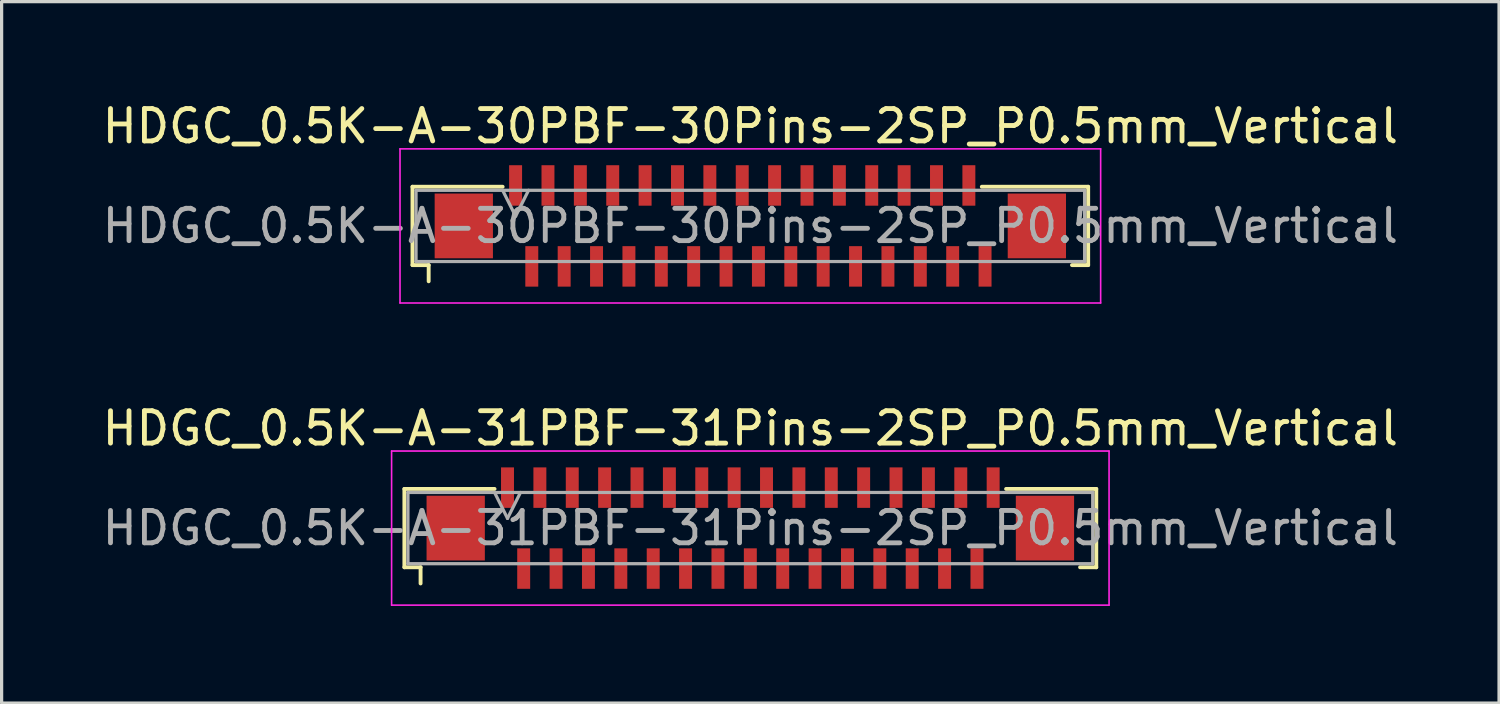
<source format=kicad_pcb>
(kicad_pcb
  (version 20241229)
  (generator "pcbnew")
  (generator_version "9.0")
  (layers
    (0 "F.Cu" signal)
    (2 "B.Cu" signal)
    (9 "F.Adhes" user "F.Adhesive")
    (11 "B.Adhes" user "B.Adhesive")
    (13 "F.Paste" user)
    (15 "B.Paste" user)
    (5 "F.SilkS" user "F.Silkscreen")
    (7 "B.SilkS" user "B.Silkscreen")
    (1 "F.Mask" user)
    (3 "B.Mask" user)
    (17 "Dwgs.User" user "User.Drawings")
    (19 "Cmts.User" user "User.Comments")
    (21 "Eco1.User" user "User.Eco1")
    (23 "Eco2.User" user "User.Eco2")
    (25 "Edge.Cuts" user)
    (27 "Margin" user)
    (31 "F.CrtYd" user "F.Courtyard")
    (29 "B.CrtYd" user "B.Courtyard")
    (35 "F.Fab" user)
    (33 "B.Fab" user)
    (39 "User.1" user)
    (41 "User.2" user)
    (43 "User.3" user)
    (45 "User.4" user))
  (footprint "HDGC_0.5K-A-30PBF-30Pins-2SP_P0.5mm_Vertical"
    (layer "F.Cu")
    (at 20.125 3.928)
    (property "Reference" "HDGC_0.5K-A-30PBF-30Pins-2SP_P0.5mm_Vertical" (at 0 -3.08 0) (layer "F.SilkS") (effects (font (size 1 1) (thickness 0.15))))
    (attr smd)
    (fp_line (start -10.435 -1.21) (end -7.65 -1.21) (stroke (width 0.12) (type solid)) (layer "F.SilkS"))
    (fp_line (start -10.435 1.21) (end -10.435 -1.21) (stroke (width 0.12) (type solid)) (layer "F.SilkS"))
    (fp_line (start -9.935 1.21) (end -10.435 1.21) (stroke (width 0.12) (type solid)) (layer "F.SilkS"))
    (fp_line (start -9.935 1.71) (end -9.935 1.21) (stroke (width 0.12) (type solid)) (layer "F.SilkS"))
    (fp_line (start 9.935 1.21) (end 10.435 1.21) (stroke (width 0.12) (type solid)) (layer "F.SilkS"))
    (fp_line (start 10.435 -1.21) (end 7.15 -1.21) (stroke (width 0.12) (type solid)) (layer "F.SilkS"))
    (fp_line (start 10.435 1.21) (end 10.435 -1.21) (stroke (width 0.12) (type solid)) (layer "F.SilkS"))
    (fp_line (start -10.82 -2.38) (end 10.82 -2.38) (stroke (width 0.05) (type solid)) (layer "F.CrtYd"))
    (fp_line (start -10.82 2.38) (end -10.82 -2.38) (stroke (width 0.05) (type solid)) (layer "F.CrtYd"))
    (fp_line (start 10.82 -2.38) (end 10.82 2.38) (stroke (width 0.05) (type solid)) (layer "F.CrtYd"))
    (fp_line (start 10.82 2.38) (end -10.82 2.38) (stroke (width 0.05) (type solid)) (layer "F.CrtYd"))
    (fp_line (start -10.325 -1.1) (end -10.325 1.1) (stroke (width 0.1) (type solid)) (layer "F.Fab"))
    (fp_line (start -10.325 1.1) (end 10.325 1.1) (stroke (width 0.1) (type solid)) (layer "F.Fab"))
    (fp_line (start -7.65 -1.1) (end -7.25 -0.3) (stroke (width 0.1) (type solid)) (layer "F.Fab"))
    (fp_line (start -7.25 -0.3) (end -6.85 -1.1) (stroke (width 0.1) (type solid)) (layer "F.Fab"))
    (fp_line (start 10.325 -1.1) (end -10.325 -1.1) (stroke (width 0.1) (type solid)) (layer "F.Fab"))
    (fp_line (start 10.325 1.1) (end 10.325 -1.1) (stroke (width 0.1) (type solid)) (layer "F.Fab"))
    (fp_text user "${REFERENCE}" (at 0 0 0) (layer "F.Fab") (effects (font (size 1 1) (thickness 0.15))))
    (pad "1" smd rect (at -7.25 -1.25) (size 0.4 1.25) (layers "F.Cu" "F.Mask" "F.Paste"))
    (pad "2" smd rect (at -6.75 1.25) (size 0.4 1.25) (layers "F.Cu" "F.Mask" "F.Paste"))
    (pad "3" smd rect (at -6.25 -1.25) (size 0.4 1.25) (layers "F.Cu" "F.Mask" "F.Paste"))
    (pad "4" smd rect (at -5.75 1.25) (size 0.4 1.25) (layers "F.Cu" "F.Mask" "F.Paste"))
    (pad "5" smd rect (at -5.25 -1.25) (size 0.4 1.25) (layers "F.Cu" "F.Mask" "F.Paste"))
    (pad "6" smd rect (at -4.75 1.25) (size 0.4 1.25) (layers "F.Cu" "F.Mask" "F.Paste"))
    (pad "7" smd rect (at -4.25 -1.25) (size 0.4 1.25) (layers "F.Cu" "F.Mask" "F.Paste"))
    (pad "8" smd rect (at -3.75 1.25) (size 0.4 1.25) (layers "F.Cu" "F.Mask" "F.Paste"))
    (pad "9" smd rect (at -3.25 -1.25) (size 0.4 1.25) (layers "F.Cu" "F.Mask" "F.Paste"))
    (pad "10" smd rect (at -2.75 1.25) (size 0.4 1.25) (layers "F.Cu" "F.Mask" "F.Paste"))
    (pad "11" smd rect (at -2.25 -1.25) (size 0.4 1.25) (layers "F.Cu" "F.Mask" "F.Paste"))
    (pad "12" smd rect (at -1.75 1.25) (size 0.4 1.25) (layers "F.Cu" "F.Mask" "F.Paste"))
    (pad "13" smd rect (at -1.25 -1.25) (size 0.4 1.25) (layers "F.Cu" "F.Mask" "F.Paste"))
    (pad "14" smd rect (at -0.75 1.25) (size 0.4 1.25) (layers "F.Cu" "F.Mask" "F.Paste"))
    (pad "15" smd rect (at -0.25 -1.25) (size 0.4 1.25) (layers "F.Cu" "F.Mask" "F.Paste"))
    (pad "16" smd rect (at 0.25 1.25) (size 0.4 1.25) (layers "F.Cu" "F.Mask" "F.Paste"))
    (pad "17" smd rect (at 0.75 -1.25) (size 0.4 1.25) (layers "F.Cu" "F.Mask" "F.Paste"))
    (pad "18" smd rect (at 1.25 1.25) (size 0.4 1.25) (layers "F.Cu" "F.Mask" "F.Paste"))
    (pad "19" smd rect (at 1.75 -1.25) (size 0.4 1.25) (layers "F.Cu" "F.Mask" "F.Paste"))
    (pad "20" smd rect (at 2.25 1.25) (size 0.4 1.25) (layers "F.Cu" "F.Mask" "F.Paste"))
    (pad "21" smd rect (at 2.75 -1.25) (size 0.4 1.25) (layers "F.Cu" "F.Mask" "F.Paste"))
    (pad "22" smd rect (at 3.25 1.25) (size 0.4 1.25) (layers "F.Cu" "F.Mask" "F.Paste"))
    (pad "23" smd rect (at 3.75 -1.25) (size 0.4 1.25) (layers "F.Cu" "F.Mask" "F.Paste"))
    (pad "24" smd rect (at 4.25 1.25) (size 0.4 1.25) (layers "F.Cu" "F.Mask" "F.Paste"))
    (pad "25" smd rect (at 4.75 -1.25) (size 0.4 1.25) (layers "F.Cu" "F.Mask" "F.Paste"))
    (pad "26" smd rect (at 5.25 1.25) (size 0.4 1.25) (layers "F.Cu" "F.Mask" "F.Paste"))
    (pad "27" smd rect (at 5.75 -1.25) (size 0.4 1.25) (layers "F.Cu" "F.Mask" "F.Paste"))
    (pad "28" smd rect (at 6.25 1.25) (size 0.4 1.25) (layers "F.Cu" "F.Mask" "F.Paste"))
    (pad "29" smd rect (at 6.75 -1.25) (size 0.4 1.25) (layers "F.Cu" "F.Mask" "F.Paste"))
    (pad "30" smd rect (at 7.25 1.25) (size 0.4 1.25) (layers "F.Cu" "F.Mask" "F.Paste"))
    (pad "MP" smd rect (at -8.85 0) (size 1.8 2) (layers "F.Cu" "F.Mask" "F.Paste"))
    (pad "MP" smd rect (at 8.85 0) (size 1.8 2) (layers "F.Cu" "F.Mask" "F.Paste")))
  (footprint "HDGC_0.5K-A-31PBF-31Pins-2SP_P0.5mm_Vertical"
    (layer "F.Cu")
    (at 20.125 13.261)
    (property "Reference" "HDGC_0.5K-A-31PBF-31Pins-2SP_P0.5mm_Vertical" (at 0 -3.08 0) (layer "F.SilkS") (effects (font (size 1 1) (thickness 0.15))))
    (attr smd)
    (fp_line (start -10.685 -1.21) (end -7.9 -1.21) (stroke (width 0.12) (type solid)) (layer "F.SilkS"))
    (fp_line (start -10.685 1.21) (end -10.685 -1.21) (stroke (width 0.12) (type solid)) (layer "F.SilkS"))
    (fp_line (start -10.185 1.21) (end -10.685 1.21) (stroke (width 0.12) (type solid)) (layer "F.SilkS"))
    (fp_line (start -10.185 1.71) (end -10.185 1.21) (stroke (width 0.12) (type solid)) (layer "F.SilkS"))
    (fp_line (start 10.185 1.21) (end 10.685 1.21) (stroke (width 0.12) (type solid)) (layer "F.SilkS"))
    (fp_line (start 10.685 -1.21) (end 7.9 -1.21) (stroke (width 0.12) (type solid)) (layer "F.SilkS"))
    (fp_line (start 10.685 1.21) (end 10.685 -1.21) (stroke (width 0.12) (type solid)) (layer "F.SilkS"))
    (fp_line (start -11.08 -2.38) (end 11.08 -2.38) (stroke (width 0.05) (type solid)) (layer "F.CrtYd"))
    (fp_line (start -11.08 2.38) (end -11.08 -2.38) (stroke (width 0.05) (type solid)) (layer "F.CrtYd"))
    (fp_line (start 11.08 -2.38) (end 11.08 2.38) (stroke (width 0.05) (type solid)) (layer "F.CrtYd"))
    (fp_line (start 11.08 2.38) (end -11.08 2.38) (stroke (width 0.05) (type solid)) (layer "F.CrtYd"))
    (fp_line (start -10.575 -1.1) (end -10.575 1.1) (stroke (width 0.1) (type solid)) (layer "F.Fab"))
    (fp_line (start -10.575 1.1) (end 10.575 1.1) (stroke (width 0.1) (type solid)) (layer "F.Fab"))
    (fp_line (start -7.9 -1.1) (end -7.5 -0.3) (stroke (width 0.1) (type solid)) (layer "F.Fab"))
    (fp_line (start -7.5 -0.3) (end -7.1 -1.1) (stroke (width 0.1) (type solid)) (layer "F.Fab"))
    (fp_line (start 10.575 -1.1) (end -10.575 -1.1) (stroke (width 0.1) (type solid)) (layer "F.Fab"))
    (fp_line (start 10.575 1.1) (end 10.575 -1.1) (stroke (width 0.1) (type solid)) (layer "F.Fab"))
    (fp_text user "${REFERENCE}" (at 0 0 0) (layer "F.Fab") (effects (font (size 1 1) (thickness 0.15))))
    (pad "1" smd rect (at -7.5 -1.25) (size 0.4 1.25) (layers "F.Cu" "F.Mask" "F.Paste"))
    (pad "2" smd rect (at -7 1.25) (size 0.4 1.25) (layers "F.Cu" "F.Mask" "F.Paste"))
    (pad "3" smd rect (at -6.5 -1.25) (size 0.4 1.25) (layers "F.Cu" "F.Mask" "F.Paste"))
    (pad "4" smd rect (at -6 1.25) (size 0.4 1.25) (layers "F.Cu" "F.Mask" "F.Paste"))
    (pad "5" smd rect (at -5.5 -1.25) (size 0.4 1.25) (layers "F.Cu" "F.Mask" "F.Paste"))
    (pad "6" smd rect (at -5 1.25) (size 0.4 1.25) (layers "F.Cu" "F.Mask" "F.Paste"))
    (pad "7" smd rect (at -4.5 -1.25) (size 0.4 1.25) (layers "F.Cu" "F.Mask" "F.Paste"))
    (pad "8" smd rect (at -4 1.25) (size 0.4 1.25) (layers "F.Cu" "F.Mask" "F.Paste"))
    (pad "9" smd rect (at -3.5 -1.25) (size 0.4 1.25) (layers "F.Cu" "F.Mask" "F.Paste"))
    (pad "10" smd rect (at -3 1.25) (size 0.4 1.25) (layers "F.Cu" "F.Mask" "F.Paste"))
    (pad "11" smd rect (at -2.5 -1.25) (size 0.4 1.25) (layers "F.Cu" "F.Mask" "F.Paste"))
    (pad "12" smd rect (at -2 1.25) (size 0.4 1.25) (layers "F.Cu" "F.Mask" "F.Paste"))
    (pad "13" smd rect (at -1.5 -1.25) (size 0.4 1.25) (layers "F.Cu" "F.Mask" "F.Paste"))
    (pad "14" smd rect (at -1 1.25) (size 0.4 1.25) (layers "F.Cu" "F.Mask" "F.Paste"))
    (pad "15" smd rect (at -0.5 -1.25) (size 0.4 1.25) (layers "F.Cu" "F.Mask" "F.Paste"))
    (pad "16" smd rect (at 0 1.25) (size 0.4 1.25) (layers "F.Cu" "F.Mask" "F.Paste"))
    (pad "17" smd rect (at 0.5 -1.25) (size 0.4 1.25) (layers "F.Cu" "F.Mask" "F.Paste"))
    (pad "18" smd rect (at 1 1.25) (size 0.4 1.25) (layers "F.Cu" "F.Mask" "F.Paste"))
    (pad "19" smd rect (at 1.5 -1.25) (size 0.4 1.25) (layers "F.Cu" "F.Mask" "F.Paste"))
    (pad "20" smd rect (at 2 1.25) (size 0.4 1.25) (layers "F.Cu" "F.Mask" "F.Paste"))
    (pad "21" smd rect (at 2.5 -1.25) (size 0.4 1.25) (layers "F.Cu" "F.Mask" "F.Paste"))
    (pad "22" smd rect (at 3 1.25) (size 0.4 1.25) (layers "F.Cu" "F.Mask" "F.Paste"))
    (pad "23" smd rect (at 3.5 -1.25) (size 0.4 1.25) (layers "F.Cu" "F.Mask" "F.Paste"))
    (pad "24" smd rect (at 4 1.25) (size 0.4 1.25) (layers "F.Cu" "F.Mask" "F.Paste"))
    (pad "25" smd rect (at 4.5 -1.25) (size 0.4 1.25) (layers "F.Cu" "F.Mask" "F.Paste"))
    (pad "26" smd rect (at 5 1.25) (size 0.4 1.25) (layers "F.Cu" "F.Mask" "F.Paste"))
    (pad "27" smd rect (at 5.5 -1.25) (size 0.4 1.25) (layers "F.Cu" "F.Mask" "F.Paste"))
    (pad "28" smd rect (at 6 1.25) (size 0.4 1.25) (layers "F.Cu" "F.Mask" "F.Paste"))
    (pad "29" smd rect (at 6.5 -1.25) (size 0.4 1.25) (layers "F.Cu" "F.Mask" "F.Paste"))
    (pad "30" smd rect (at 7 1.25) (size 0.4 1.25) (layers "F.Cu" "F.Mask" "F.Paste"))
    (pad "31" smd rect (at 7.5 -1.25) (size 0.4 1.25) (layers "F.Cu" "F.Mask" "F.Paste"))
    (pad "MP" smd rect (at -9.1 0) (size 1.8 2) (layers "F.Cu" "F.Mask" "F.Paste"))
    (pad "MP" smd rect (at 9.1 0) (size 1.8 2) (layers "F.Cu" "F.Mask" "F.Paste")))
  (gr_rect
    (start -3 -3)
    (end 43.25 18.666)
    (stroke (width 0.1) (type default))
    (fill no)
    (layer "Edge.Cuts")))
</source>
